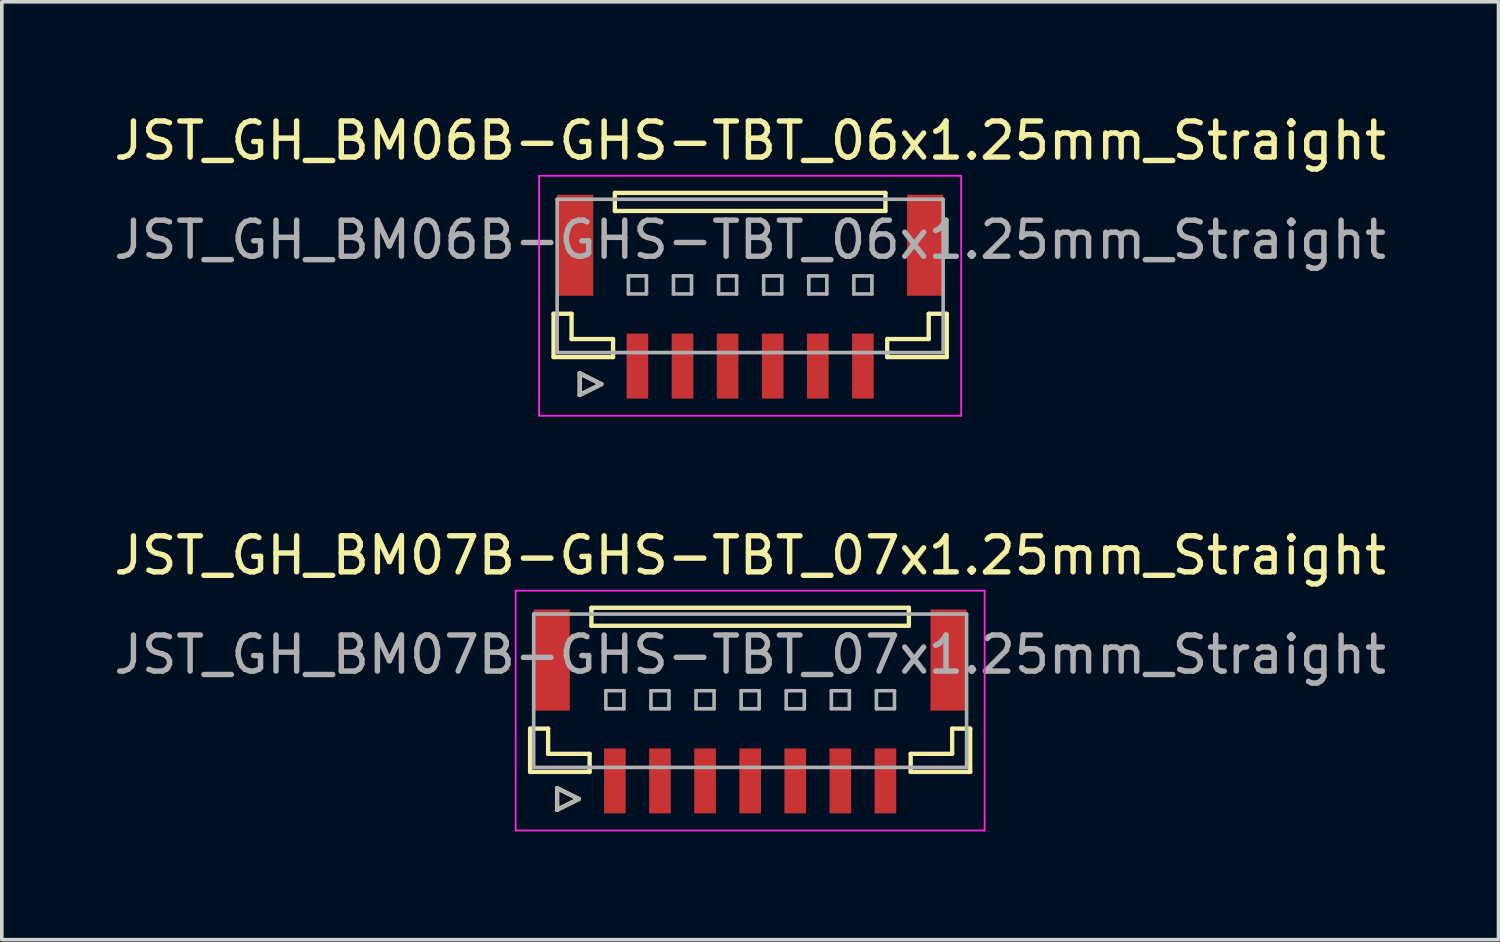
<source format=kicad_pcb>
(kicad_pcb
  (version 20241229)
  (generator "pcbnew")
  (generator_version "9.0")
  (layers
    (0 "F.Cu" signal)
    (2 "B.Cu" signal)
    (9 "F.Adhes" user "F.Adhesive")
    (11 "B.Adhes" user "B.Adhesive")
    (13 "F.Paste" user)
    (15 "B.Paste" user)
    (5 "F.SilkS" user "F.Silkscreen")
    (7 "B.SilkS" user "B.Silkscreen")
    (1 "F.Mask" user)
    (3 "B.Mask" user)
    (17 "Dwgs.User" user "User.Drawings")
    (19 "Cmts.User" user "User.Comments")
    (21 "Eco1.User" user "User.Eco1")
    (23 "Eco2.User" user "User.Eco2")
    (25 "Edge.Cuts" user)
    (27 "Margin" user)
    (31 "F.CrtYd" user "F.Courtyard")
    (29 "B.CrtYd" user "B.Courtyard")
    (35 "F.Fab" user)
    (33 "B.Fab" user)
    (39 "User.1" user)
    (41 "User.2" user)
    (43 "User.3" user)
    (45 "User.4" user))
  (footprint "JST_GH_BM06B-GHS-TBT_06x1.25mm_Straight"
    (layer "F.Cu")
    (at 17.744 5.423)
    (property "Reference" "JST_GH_BM06B-GHS-TBT_06x1.25mm_Straight" (at 0 -4.575 0) (layer "F.SilkS") (effects (font (size 1 1) (thickness 0.15))))
    (attr smd)
    (fp_line (start -5.45 0.225) (end -5.45 1.425) (stroke (width 0.12) (type solid)) (layer "F.SilkS"))
    (fp_line (start -5.45 1.425) (end -3.8 1.425) (stroke (width 0.12) (type solid)) (layer "F.SilkS"))
    (fp_line (start -4.95 0.225) (end -5.45 0.225) (stroke (width 0.12) (type solid)) (layer "F.SilkS"))
    (fp_line (start -4.95 0.925) (end -4.95 0.225) (stroke (width 0.12) (type solid)) (layer "F.SilkS"))
    (fp_line (start -4.725 1.875) (end -4.125 2.175) (stroke (width 0.12) (type solid)) (layer "F.SilkS"))
    (fp_line (start -4.725 2.475) (end -4.725 1.875) (stroke (width 0.12) (type solid)) (layer "F.SilkS"))
    (fp_line (start -4.125 2.175) (end -4.725 2.475) (stroke (width 0.12) (type solid)) (layer "F.SilkS"))
    (fp_line (start -3.8 0.925) (end -4.95 0.925) (stroke (width 0.12) (type solid)) (layer "F.SilkS"))
    (fp_line (start -3.8 1.425) (end -3.8 0.925) (stroke (width 0.12) (type solid)) (layer "F.SilkS"))
    (fp_line (start -3.75 -3.125) (end 3.75 -3.125) (stroke (width 0.12) (type solid)) (layer "F.SilkS"))
    (fp_line (start -3.75 -2.625) (end -3.75 -3.125) (stroke (width 0.12) (type solid)) (layer "F.SilkS"))
    (fp_line (start 3.75 -3.125) (end 3.75 -2.625) (stroke (width 0.12) (type solid)) (layer "F.SilkS"))
    (fp_line (start 3.75 -2.625) (end -3.75 -2.625) (stroke (width 0.12) (type solid)) (layer "F.SilkS"))
    (fp_line (start 3.8 0.925) (end 4.95 0.925) (stroke (width 0.12) (type solid)) (layer "F.SilkS"))
    (fp_line (start 3.8 1.425) (end 3.8 0.925) (stroke (width 0.12) (type solid)) (layer "F.SilkS"))
    (fp_line (start 4.95 0.225) (end 5.45 0.225) (stroke (width 0.12) (type solid)) (layer "F.SilkS"))
    (fp_line (start 4.95 0.925) (end 4.95 0.225) (stroke (width 0.12) (type solid)) (layer "F.SilkS"))
    (fp_line (start 5.45 0.225) (end 5.45 1.425) (stroke (width 0.12) (type solid)) (layer "F.SilkS"))
    (fp_line (start 5.45 1.425) (end 3.8 1.425) (stroke (width 0.12) (type solid)) (layer "F.SilkS"))
    (fp_line (start -5.85 -3.6) (end 5.85 -3.6) (stroke (width 0.05) (type solid)) (layer "F.CrtYd"))
    (fp_line (start -5.85 3.05) (end -5.85 -3.6) (stroke (width 0.05) (type solid)) (layer "F.CrtYd"))
    (fp_line (start 5.85 -3.6) (end 5.85 3.05) (stroke (width 0.05) (type solid)) (layer "F.CrtYd"))
    (fp_line (start 5.85 3.05) (end -5.85 3.05) (stroke (width 0.05) (type solid)) (layer "F.CrtYd"))
    (fp_line (start -5.35 -2.95) (end 5.35 -2.95) (stroke (width 0.1) (type solid)) (layer "F.Fab"))
    (fp_line (start -5.35 1.3) (end -5.35 -2.95) (stroke (width 0.1) (type solid)) (layer "F.Fab"))
    (fp_line (start -4.725 1.875) (end -4.125 2.175) (stroke (width 0.1) (type solid)) (layer "F.Fab"))
    (fp_line (start -4.725 2.475) (end -4.725 1.875) (stroke (width 0.1) (type solid)) (layer "F.Fab"))
    (fp_line (start -4.125 2.175) (end -4.725 2.475) (stroke (width 0.1) (type solid)) (layer "F.Fab"))
    (fp_line (start -3.375 -0.825) (end -2.875 -0.825) (stroke (width 0.1) (type solid)) (layer "F.Fab"))
    (fp_line (start -3.375 -0.325) (end -3.375 -0.825) (stroke (width 0.1) (type solid)) (layer "F.Fab"))
    (fp_line (start -2.875 -0.825) (end -2.875 -0.325) (stroke (width 0.1) (type solid)) (layer "F.Fab"))
    (fp_line (start -2.875 -0.325) (end -3.375 -0.325) (stroke (width 0.1) (type solid)) (layer "F.Fab"))
    (fp_line (start -2.125 -0.825) (end -1.625 -0.825) (stroke (width 0.1) (type solid)) (layer "F.Fab"))
    (fp_line (start -2.125 -0.325) (end -2.125 -0.825) (stroke (width 0.1) (type solid)) (layer "F.Fab"))
    (fp_line (start -1.625 -0.825) (end -1.625 -0.325) (stroke (width 0.1) (type solid)) (layer "F.Fab"))
    (fp_line (start -1.625 -0.325) (end -2.125 -0.325) (stroke (width 0.1) (type solid)) (layer "F.Fab"))
    (fp_line (start -0.875 -0.825) (end -0.375 -0.825) (stroke (width 0.1) (type solid)) (layer "F.Fab"))
    (fp_line (start -0.875 -0.325) (end -0.875 -0.825) (stroke (width 0.1) (type solid)) (layer "F.Fab"))
    (fp_line (start -0.375 -0.825) (end -0.375 -0.325) (stroke (width 0.1) (type solid)) (layer "F.Fab"))
    (fp_line (start -0.375 -0.325) (end -0.875 -0.325) (stroke (width 0.1) (type solid)) (layer "F.Fab"))
    (fp_line (start 0.375 -0.825) (end 0.875 -0.825) (stroke (width 0.1) (type solid)) (layer "F.Fab"))
    (fp_line (start 0.375 -0.325) (end 0.375 -0.825) (stroke (width 0.1) (type solid)) (layer "F.Fab"))
    (fp_line (start 0.875 -0.825) (end 0.875 -0.325) (stroke (width 0.1) (type solid)) (layer "F.Fab"))
    (fp_line (start 0.875 -0.325) (end 0.375 -0.325) (stroke (width 0.1) (type solid)) (layer "F.Fab"))
    (fp_line (start 1.625 -0.825) (end 2.125 -0.825) (stroke (width 0.1) (type solid)) (layer "F.Fab"))
    (fp_line (start 1.625 -0.325) (end 1.625 -0.825) (stroke (width 0.1) (type solid)) (layer "F.Fab"))
    (fp_line (start 2.125 -0.825) (end 2.125 -0.325) (stroke (width 0.1) (type solid)) (layer "F.Fab"))
    (fp_line (start 2.125 -0.325) (end 1.625 -0.325) (stroke (width 0.1) (type solid)) (layer "F.Fab"))
    (fp_line (start 2.875 -0.825) (end 3.375 -0.825) (stroke (width 0.1) (type solid)) (layer "F.Fab"))
    (fp_line (start 2.875 -0.325) (end 2.875 -0.825) (stroke (width 0.1) (type solid)) (layer "F.Fab"))
    (fp_line (start 3.375 -0.825) (end 3.375 -0.325) (stroke (width 0.1) (type solid)) (layer "F.Fab"))
    (fp_line (start 3.375 -0.325) (end 2.875 -0.325) (stroke (width 0.1) (type solid)) (layer "F.Fab"))
    (fp_line (start 5.35 -2.95) (end 5.35 1.3) (stroke (width 0.1) (type solid)) (layer "F.Fab"))
    (fp_line (start 5.35 1.3) (end -5.35 1.3) (stroke (width 0.1) (type solid)) (layer "F.Fab"))
    (fp_text user "${REFERENCE}" (at 0 -1.825 0) (layer "F.Fab") (effects (font (size 1 1) (thickness 0.15))))
    (pad "" smd rect (at -4.85 -1.675) (size 1 2.8) (layers "F.Cu" "F.Mask" "F.Paste"))
    (pad "" smd rect (at 4.85 -1.675) (size 1 2.8) (layers "F.Cu" "F.Mask" "F.Paste"))
    (pad "1" smd rect (at -3.125 1.675) (size 0.6 1.8) (layers "F.Cu" "F.Mask" "F.Paste"))
    (pad "2" smd rect (at -1.875 1.675) (size 0.6 1.8) (layers "F.Cu" "F.Mask" "F.Paste"))
    (pad "3" smd rect (at -0.625 1.675) (size 0.6 1.8) (layers "F.Cu" "F.Mask" "F.Paste"))
    (pad "4" smd rect (at 0.625 1.675) (size 0.6 1.8) (layers "F.Cu" "F.Mask" "F.Paste"))
    (pad "5" smd rect (at 1.875 1.675) (size 0.6 1.8) (layers "F.Cu" "F.Mask" "F.Paste"))
    (pad "6" smd rect (at 3.125 1.675) (size 0.6 1.8) (layers "F.Cu" "F.Mask" "F.Paste")))
  (footprint "JST_GH_BM07B-GHS-TBT_07x1.25mm_Straight"
    (layer "F.Cu")
    (at 17.744 16.922)
    (property "Reference" "JST_GH_BM07B-GHS-TBT_07x1.25mm_Straight" (at 0 -4.575 0) (layer "F.SilkS") (effects (font (size 1 1) (thickness 0.15))))
    (attr smd)
    (fp_line (start -6.1 0.225) (end -6.1 1.425) (stroke (width 0.12) (type solid)) (layer "F.SilkS"))
    (fp_line (start -6.1 1.425) (end -4.45 1.425) (stroke (width 0.12) (type solid)) (layer "F.SilkS"))
    (fp_line (start -5.6 0.225) (end -6.1 0.225) (stroke (width 0.12) (type solid)) (layer "F.SilkS"))
    (fp_line (start -5.6 0.925) (end -5.6 0.225) (stroke (width 0.12) (type solid)) (layer "F.SilkS"))
    (fp_line (start -5.35 1.875) (end -4.75 2.175) (stroke (width 0.12) (type solid)) (layer "F.SilkS"))
    (fp_line (start -5.35 2.475) (end -5.35 1.875) (stroke (width 0.12) (type solid)) (layer "F.SilkS"))
    (fp_line (start -4.75 2.175) (end -5.35 2.475) (stroke (width 0.12) (type solid)) (layer "F.SilkS"))
    (fp_line (start -4.45 0.925) (end -5.6 0.925) (stroke (width 0.12) (type solid)) (layer "F.SilkS"))
    (fp_line (start -4.45 1.425) (end -4.45 0.925) (stroke (width 0.12) (type solid)) (layer "F.SilkS"))
    (fp_line (start -4.4 -3.125) (end 4.4 -3.125) (stroke (width 0.12) (type solid)) (layer "F.SilkS"))
    (fp_line (start -4.4 -2.625) (end -4.4 -3.125) (stroke (width 0.12) (type solid)) (layer "F.SilkS"))
    (fp_line (start 4.4 -3.125) (end 4.4 -2.625) (stroke (width 0.12) (type solid)) (layer "F.SilkS"))
    (fp_line (start 4.4 -2.625) (end -4.4 -2.625) (stroke (width 0.12) (type solid)) (layer "F.SilkS"))
    (fp_line (start 4.45 0.925) (end 5.6 0.925) (stroke (width 0.12) (type solid)) (layer "F.SilkS"))
    (fp_line (start 4.45 1.425) (end 4.45 0.925) (stroke (width 0.12) (type solid)) (layer "F.SilkS"))
    (fp_line (start 5.6 0.225) (end 6.1 0.225) (stroke (width 0.12) (type solid)) (layer "F.SilkS"))
    (fp_line (start 5.6 0.925) (end 5.6 0.225) (stroke (width 0.12) (type solid)) (layer "F.SilkS"))
    (fp_line (start 6.1 0.225) (end 6.1 1.425) (stroke (width 0.12) (type solid)) (layer "F.SilkS"))
    (fp_line (start 6.1 1.425) (end 4.45 1.425) (stroke (width 0.12) (type solid)) (layer "F.SilkS"))
    (fp_line (start -6.5 -3.6) (end 6.5 -3.6) (stroke (width 0.05) (type solid)) (layer "F.CrtYd"))
    (fp_line (start -6.5 3.05) (end -6.5 -3.6) (stroke (width 0.05) (type solid)) (layer "F.CrtYd"))
    (fp_line (start 6.5 -3.6) (end 6.5 3.05) (stroke (width 0.05) (type solid)) (layer "F.CrtYd"))
    (fp_line (start 6.5 3.05) (end -6.5 3.05) (stroke (width 0.05) (type solid)) (layer "F.CrtYd"))
    (fp_line (start -6 -2.95) (end 6 -2.95) (stroke (width 0.1) (type solid)) (layer "F.Fab"))
    (fp_line (start -6 1.3) (end -6 -2.95) (stroke (width 0.1) (type solid)) (layer "F.Fab"))
    (fp_line (start -5.35 1.875) (end -4.75 2.175) (stroke (width 0.1) (type solid)) (layer "F.Fab"))
    (fp_line (start -5.35 2.475) (end -5.35 1.875) (stroke (width 0.1) (type solid)) (layer "F.Fab"))
    (fp_line (start -4.75 2.175) (end -5.35 2.475) (stroke (width 0.1) (type solid)) (layer "F.Fab"))
    (fp_line (start -4 -0.825) (end -3.5 -0.825) (stroke (width 0.1) (type solid)) (layer "F.Fab"))
    (fp_line (start -4 -0.325) (end -4 -0.825) (stroke (width 0.1) (type solid)) (layer "F.Fab"))
    (fp_line (start -3.5 -0.825) (end -3.5 -0.325) (stroke (width 0.1) (type solid)) (layer "F.Fab"))
    (fp_line (start -3.5 -0.325) (end -4 -0.325) (stroke (width 0.1) (type solid)) (layer "F.Fab"))
    (fp_line (start -2.75 -0.825) (end -2.25 -0.825) (stroke (width 0.1) (type solid)) (layer "F.Fab"))
    (fp_line (start -2.75 -0.325) (end -2.75 -0.825) (stroke (width 0.1) (type solid)) (layer "F.Fab"))
    (fp_line (start -2.25 -0.825) (end -2.25 -0.325) (stroke (width 0.1) (type solid)) (layer "F.Fab"))
    (fp_line (start -2.25 -0.325) (end -2.75 -0.325) (stroke (width 0.1) (type solid)) (layer "F.Fab"))
    (fp_line (start -1.5 -0.825) (end -1 -0.825) (stroke (width 0.1) (type solid)) (layer "F.Fab"))
    (fp_line (start -1.5 -0.325) (end -1.5 -0.825) (stroke (width 0.1) (type solid)) (layer "F.Fab"))
    (fp_line (start -1 -0.825) (end -1 -0.325) (stroke (width 0.1) (type solid)) (layer "F.Fab"))
    (fp_line (start -1 -0.325) (end -1.5 -0.325) (stroke (width 0.1) (type solid)) (layer "F.Fab"))
    (fp_line (start -0.25 -0.825) (end 0.25 -0.825) (stroke (width 0.1) (type solid)) (layer "F.Fab"))
    (fp_line (start -0.25 -0.325) (end -0.25 -0.825) (stroke (width 0.1) (type solid)) (layer "F.Fab"))
    (fp_line (start 0.25 -0.825) (end 0.25 -0.325) (stroke (width 0.1) (type solid)) (layer "F.Fab"))
    (fp_line (start 0.25 -0.325) (end -0.25 -0.325) (stroke (width 0.1) (type solid)) (layer "F.Fab"))
    (fp_line (start 1 -0.825) (end 1.5 -0.825) (stroke (width 0.1) (type solid)) (layer "F.Fab"))
    (fp_line (start 1 -0.325) (end 1 -0.825) (stroke (width 0.1) (type solid)) (layer "F.Fab"))
    (fp_line (start 1.5 -0.825) (end 1.5 -0.325) (stroke (width 0.1) (type solid)) (layer "F.Fab"))
    (fp_line (start 1.5 -0.325) (end 1 -0.325) (stroke (width 0.1) (type solid)) (layer "F.Fab"))
    (fp_line (start 2.25 -0.825) (end 2.75 -0.825) (stroke (width 0.1) (type solid)) (layer "F.Fab"))
    (fp_line (start 2.25 -0.325) (end 2.25 -0.825) (stroke (width 0.1) (type solid)) (layer "F.Fab"))
    (fp_line (start 2.75 -0.825) (end 2.75 -0.325) (stroke (width 0.1) (type solid)) (layer "F.Fab"))
    (fp_line (start 2.75 -0.325) (end 2.25 -0.325) (stroke (width 0.1) (type solid)) (layer "F.Fab"))
    (fp_line (start 3.5 -0.825) (end 4 -0.825) (stroke (width 0.1) (type solid)) (layer "F.Fab"))
    (fp_line (start 3.5 -0.325) (end 3.5 -0.825) (stroke (width 0.1) (type solid)) (layer "F.Fab"))
    (fp_line (start 4 -0.825) (end 4 -0.325) (stroke (width 0.1) (type solid)) (layer "F.Fab"))
    (fp_line (start 4 -0.325) (end 3.5 -0.325) (stroke (width 0.1) (type solid)) (layer "F.Fab"))
    (fp_line (start 6 -2.95) (end 6 1.3) (stroke (width 0.1) (type solid)) (layer "F.Fab"))
    (fp_line (start 6 1.3) (end -6 1.3) (stroke (width 0.1) (type solid)) (layer "F.Fab"))
    (fp_text user "${REFERENCE}" (at 0 -1.825 0) (layer "F.Fab") (effects (font (size 1 1) (thickness 0.15))))
    (pad "" smd rect (at -5.5 -1.675) (size 1 2.8) (layers "F.Cu" "F.Mask" "F.Paste"))
    (pad "" smd rect (at 5.5 -1.675) (size 1 2.8) (layers "F.Cu" "F.Mask" "F.Paste"))
    (pad "1" smd rect (at -3.75 1.675) (size 0.6 1.8) (layers "F.Cu" "F.Mask" "F.Paste"))
    (pad "2" smd rect (at -2.5 1.675) (size 0.6 1.8) (layers "F.Cu" "F.Mask" "F.Paste"))
    (pad "3" smd rect (at -1.25 1.675) (size 0.6 1.8) (layers "F.Cu" "F.Mask" "F.Paste"))
    (pad "4" smd rect (at 0 1.675) (size 0.6 1.8) (layers "F.Cu" "F.Mask" "F.Paste"))
    (pad "5" smd rect (at 1.25 1.675) (size 0.6 1.8) (layers "F.Cu" "F.Mask" "F.Paste"))
    (pad "6" smd rect (at 2.5 1.675) (size 0.6 1.8) (layers "F.Cu" "F.Mask" "F.Paste"))
    (pad "7" smd rect (at 3.75 1.675) (size 0.6 1.8) (layers "F.Cu" "F.Mask" "F.Paste")))
  (gr_rect
    (start -3 -3)
    (end 38.488 22.997)
    (stroke (width 0.1) (type default))
    (fill no)
    (layer "Edge.Cuts")))
</source>
